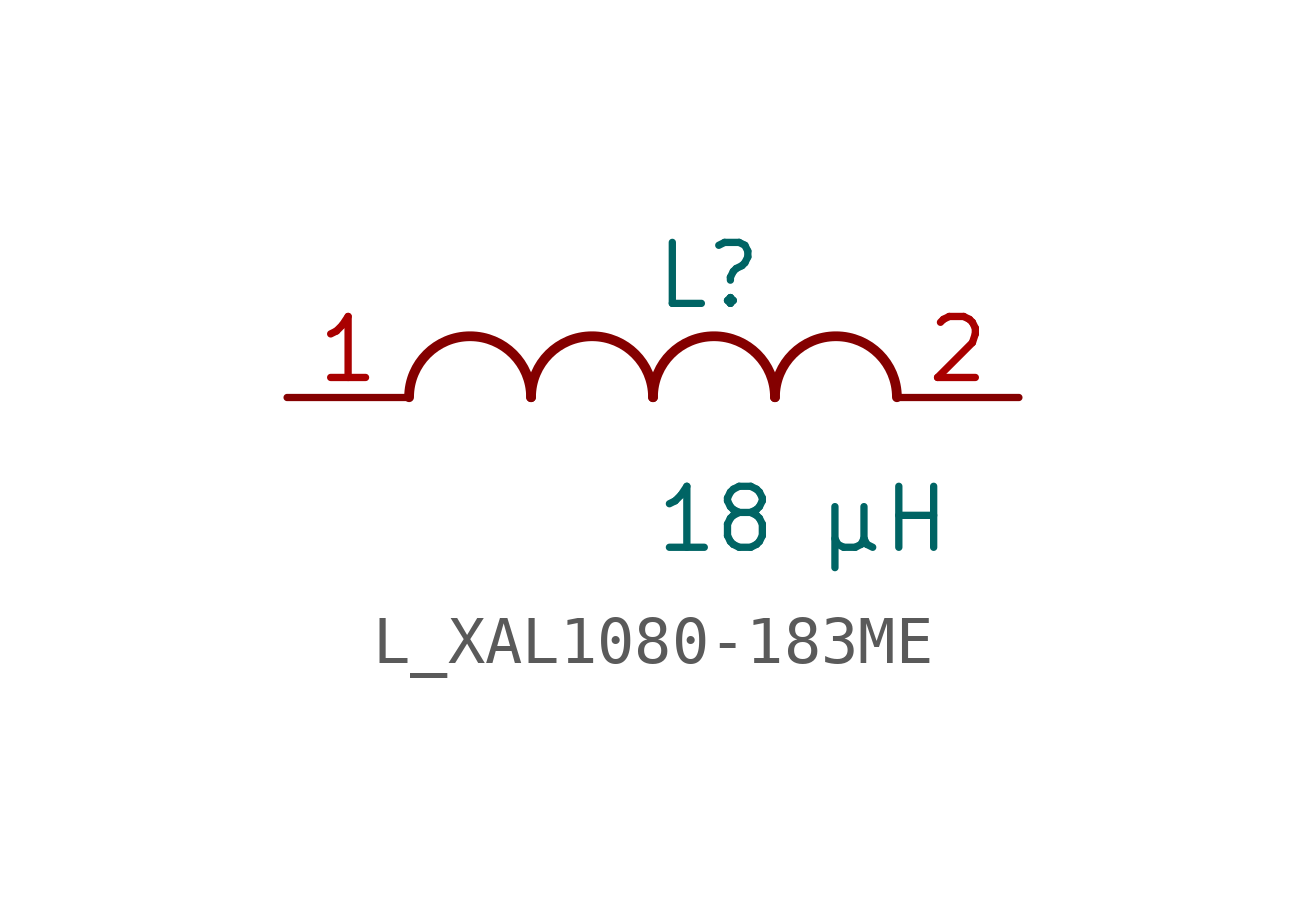
<source format=kicad_sym>
(kicad_symbol_lib
  (version 20231120)
  (generator kicad_symbol_editor)
  (generator_version 8.0)
  (symbol "L_XAL1080-183ME"
    (pin_names
      (offset 0.254))
    (property "Value" "18 µH"
      (at 0 -2.54 0)
      (effects (font (size 1.27 1.27)) (justify left)))
    (property "Reference" "L"
      (at 0 2.54 0)
      (effects (font (size 1.27 1.27)) (justify left)))
    (symbol "L_XAL1080-183ME_1_1"
      (arc (start -2.54 0.0056) (mid -3.81 1.27) (end -5.08 0.0056) (stroke (width 0.2032) (type default)) (fill (type none)))
      (arc (start 0 0.0056) (mid -1.27 1.27) (end -2.54 0.0056) (stroke (width 0.2032) (type default)) (fill (type none)))
      (arc (start 2.54 0.0056) (mid 1.27 1.27) (end 0 0.0056) (stroke (width 0.2032) (type default)) (fill (type none)))
      (arc (start 5.08 0.0056) (mid 3.81 1.27) (end 2.54 0.0056) (stroke (width 0.2032) (type default)) (fill (type none)))
      (pin unspecified line (at -7.62 0 0) (length 2.54) (name "" (effects (font (size 1.27 1.27)))) (number "1" (effects (font (size 1.27 1.27)))))
      (pin unspecified line (at 7.62 0 180) (length 2.54) (name "" (effects (font (size 1.27 1.27)))) (number "2" (effects (font (size 1.27 1.27))))))))
</source>
